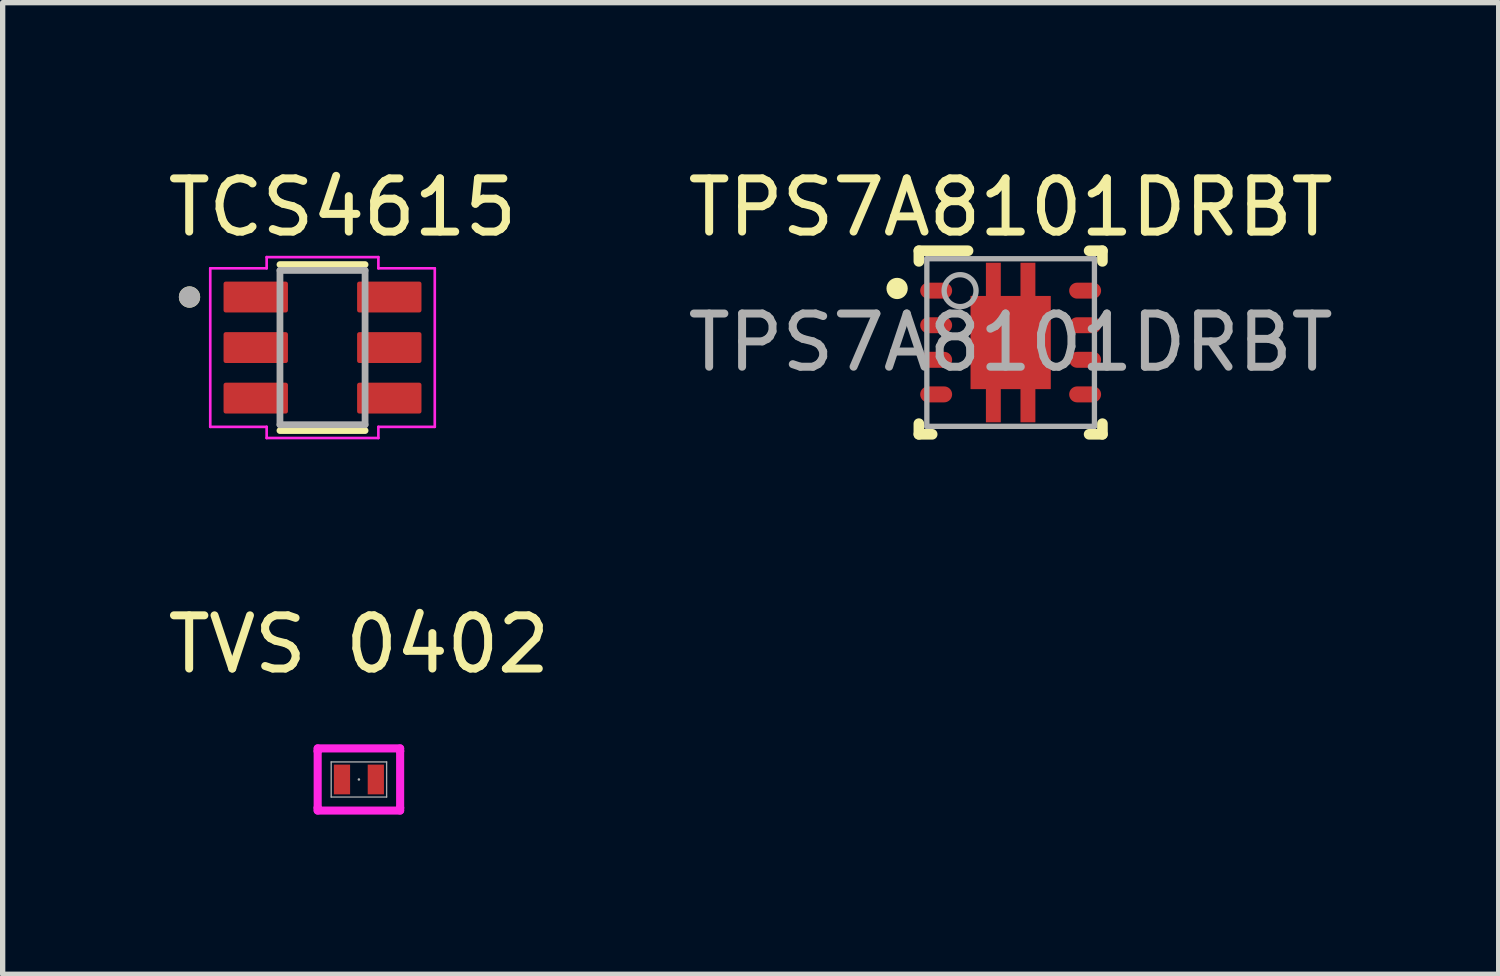
<source format=kicad_pcb>
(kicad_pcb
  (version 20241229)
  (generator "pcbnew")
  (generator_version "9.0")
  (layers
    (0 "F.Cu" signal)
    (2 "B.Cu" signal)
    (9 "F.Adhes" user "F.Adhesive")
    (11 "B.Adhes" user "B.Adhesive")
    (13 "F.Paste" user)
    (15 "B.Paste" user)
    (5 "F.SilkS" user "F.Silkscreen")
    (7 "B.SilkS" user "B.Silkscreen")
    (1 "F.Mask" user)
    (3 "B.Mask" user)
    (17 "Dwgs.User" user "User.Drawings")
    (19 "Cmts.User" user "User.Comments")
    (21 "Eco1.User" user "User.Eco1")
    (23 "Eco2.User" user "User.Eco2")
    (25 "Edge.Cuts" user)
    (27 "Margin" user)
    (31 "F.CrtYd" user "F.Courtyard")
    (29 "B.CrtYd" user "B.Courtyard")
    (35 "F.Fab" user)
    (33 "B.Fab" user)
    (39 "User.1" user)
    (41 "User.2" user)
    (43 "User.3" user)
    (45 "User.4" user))
  (footprint "TVS 0402"
    (layer "F.Cu")
    (at 3.696 11.601)
    (property "Reference" "TVS 0402" (at 0 -2.54 0) (unlocked yes) (layer "F.SilkS") (effects (font (size 1 1) (thickness 0.15))))
    (attr smd)
    (fp_line (start -0.775 -0.584) (end 0.775 -0.584) (stroke (width 0.152) (type solid)) (layer "F.CrtYd"))
    (fp_line (start -0.775 -0.533) (end -0.775 -0.584) (stroke (width 0.152) (type solid)) (layer "F.CrtYd"))
    (fp_line (start -0.775 -0.533) (end -0.775 -0.533) (stroke (width 0.152) (type solid)) (layer "F.CrtYd"))
    (fp_line (start -0.775 0.533) (end -0.775 -0.533) (stroke (width 0.152) (type solid)) (layer "F.CrtYd"))
    (fp_line (start -0.775 0.533) (end -0.775 0.533) (stroke (width 0.152) (type solid)) (layer "F.CrtYd"))
    (fp_line (start -0.775 0.584) (end -0.775 0.533) (stroke (width 0.152) (type solid)) (layer "F.CrtYd"))
    (fp_line (start 0.775 -0.584) (end 0.775 -0.533) (stroke (width 0.152) (type solid)) (layer "F.CrtYd"))
    (fp_line (start 0.775 -0.533) (end 0.775 -0.533) (stroke (width 0.152) (type solid)) (layer "F.CrtYd"))
    (fp_line (start 0.775 -0.533) (end 0.775 0.533) (stroke (width 0.152) (type solid)) (layer "F.CrtYd"))
    (fp_line (start 0.775 0.533) (end 0.775 0.533) (stroke (width 0.152) (type solid)) (layer "F.CrtYd"))
    (fp_line (start 0.775 0.533) (end 0.775 0.584) (stroke (width 0.152) (type solid)) (layer "F.CrtYd"))
    (fp_line (start 0.775 0.584) (end -0.775 0.584) (stroke (width 0.152) (type solid)) (layer "F.CrtYd"))
    (fp_line (start -0.521 -0.33) (end -0.521 0.33) (stroke (width 0.025) (type solid)) (layer "F.Fab"))
    (fp_line (start -0.521 0.33) (end 0.521 0.33) (stroke (width 0.025) (type solid)) (layer "F.Fab"))
    (fp_line (start 0.521 -0.33) (end -0.521 -0.33) (stroke (width 0.025) (type solid)) (layer "F.Fab"))
    (fp_line (start 0.521 0.33) (end 0.521 -0.33) (stroke (width 0.025) (type solid)) (layer "F.Fab"))
    (fp_circle (center 0 0) (end 0 0) (stroke (width 0.025) (type solid)) (fill no) (layer "F.Fab"))
    (pad "1" smd rect (at -0.318 0) (size 0.305 0.559) (layers "F.Cu" "F.Mask" "F.Paste"))
    (pad "2" smd rect (at 0.318 0) (size 0.305 0.559) (layers "F.Cu" "F.Mask" "F.Paste")))
  (footprint "TPS7A8101DRBT"
    (layer "F.Cu")
    (at 15.946 3.388)
    (property "Reference" "TPS7A8101DRBT" (at 0 -2.54 0) (unlocked yes) (layer "F.SilkS") (effects (font (size 1 1) (thickness 0.15))))
    (attr smd)
    (fp_poly (pts (xy -0.465 1.5) (xy -0.465 0.875) (xy -0.75 0.875) (xy -0.75 -0.875) (xy -0.465 -0.875) (xy -0.465 -1.5) (xy -0.185 -1.5) (xy -0.185 -0.875) (xy 0.185 -0.875) (xy 0.185 -1.5) (xy 0.465 -1.5) (xy 0.465 -0.875) (xy 0.75 -0.875) (xy 0.75 0.875) (xy 0.465 0.875) (xy 0.465 1.5) (xy 0.185 1.5) (xy 0.185 0.875) (xy -0.185 0.875) (xy -0.185 1.5)) (stroke (width 0) (type solid)) (fill yes) (layer "F.Cu"))
    (fp_poly (pts (xy -0.567 1.601) (xy -0.567 0.976) (xy -0.852 0.976) (xy -0.852 -0.978) (xy -0.567 -0.978) (xy -0.567 -1.603) (xy -0.083 -1.603) (xy -0.083 -0.978) (xy 0.083 -0.978) (xy 0.083 -1.603) (xy 0.567 -1.603) (xy 0.567 -0.978) (xy 0.852 -0.978) (xy 0.852 0.976) (xy 0.567 0.976) (xy 0.567 1.601) (xy 0.083 1.601) (xy 0.083 0.976) (xy -0.083 0.976) (xy -0.083 1.601)) (stroke (width 0) (type solid)) (fill yes) (layer "F.Mask"))
    (fp_line (start -1.725 1.725) (end -1.725 1.525) (stroke (width 0.2) (type solid)) (layer "F.SilkS"))
    (fp_line (start -1.725 -1.725) (end -0.8 -1.725) (stroke (width 0.2) (type solid)) (layer "F.SilkS"))
    (fp_line (start -1.725 -1.525) (end -1.725 -1.725) (stroke (width 0.2) (type solid)) (layer "F.SilkS"))
    (fp_line (start -1.725 1.725) (end -1.475 1.725) (stroke (width 0.2) (type solid)) (layer "F.SilkS"))
    (fp_line (start 1.475 -1.725) (end 1.725 -1.725) (stroke (width 0.2) (type solid)) (layer "F.SilkS"))
    (fp_line (start 1.475 1.725) (end 1.725 1.725) (stroke (width 0.2) (type solid)) (layer "F.SilkS"))
    (fp_line (start 1.725 -1.525) (end 1.725 -1.725) (stroke (width 0.2) (type solid)) (layer "F.SilkS"))
    (fp_line (start 1.725 1.725) (end 1.725 1.525) (stroke (width 0.2) (type solid)) (layer "F.SilkS"))
    (fp_circle (center -2.134 -1.016) (end -2.034 -1.016) (stroke (width 0.2) (type default)) (fill no) (layer "F.SilkS"))
    (fp_poly (pts (xy -0.691 0.792) (xy 0.692 0.792) (xy 0.692 -0.792) (xy -0.691 -0.792)) (stroke (width 0) (type solid)) (fill yes) (layer "F.Paste"))
    (fp_line (start -1.575 -1.575) (end 1.575 -1.575) (stroke (width 0.1) (type solid)) (layer "F.Fab"))
    (fp_line (start -1.575 1.575) (end -1.575 -1.575) (stroke (width 0.1) (type solid)) (layer "F.Fab"))
    (fp_line (start -1.575 1.575) (end 1.575 1.575) (stroke (width 0.1) (type solid)) (layer "F.Fab"))
    (fp_line (start 1.575 1.575) (end 1.575 -1.575) (stroke (width 0.1) (type solid)) (layer "F.Fab"))
    (fp_circle (center -0.95 -0.975) (end -0.65 -0.975) (stroke (width 0.1) (type solid)) (fill no) (layer "F.Fab"))
    (fp_text user "${REFERENCE}" (at 0 0 0) (unlocked yes) (layer "F.Fab") (effects (font (size 1 1) (thickness 0.15))))
    (pad "1" smd oval (at -1.4 -0.975 90) (size 0.3 0.6) (layers "F.Cu" "F.Mask" "F.Paste"))
    (pad "2" smd oval (at -1.4 -0.325 90) (size 0.3 0.6) (layers "F.Cu" "F.Mask" "F.Paste"))
    (pad "3" smd oval (at -1.4 0.325 90) (size 0.3 0.6) (layers "F.Cu" "F.Mask" "F.Paste"))
    (pad "4" smd oval (at -1.4 0.975 90) (size 0.3 0.6) (layers "F.Cu" "F.Mask" "F.Paste"))
    (pad "5" smd oval (at 1.4 0.975 90) (size 0.3 0.6) (layers "F.Cu" "F.Mask" "F.Paste"))
    (pad "6" smd oval (at 1.4 0.325 90) (size 0.3 0.6) (layers "F.Cu" "F.Mask" "F.Paste"))
    (pad "7" smd oval (at 1.4 -0.325 90) (size 0.3 0.6) (layers "F.Cu" "F.Mask" "F.Paste"))
    (pad "8" smd oval (at 1.4 -0.975 90) (size 0.3 0.6) (layers "F.Cu" "F.Mask" "F.Paste"))
    (pad "9" smd rect (at 0.000003 0) (size 1.5 1.75) (layers "F.Cu" "F.Mask")))
  (footprint "TCS4615"
    (layer "F.Cu")
    (at 3.012 3.483)
    (property "Reference" "TCS4615" (at 0.375 -2.635 0) (layer "F.SilkS") (effects (font (size 1 1) (thickness 0.15))))
    (attr smd)
    (fp_line (start -0.8 1.56) (end 0.8 1.56) (stroke (width 0.127) (type solid)) (layer "F.SilkS"))
    (fp_line (start 0.8 -1.56) (end -0.8 -1.56) (stroke (width 0.127) (type solid)) (layer "F.SilkS"))
    (fp_circle (center -2.5 -0.95) (end -2.4 -0.95) (stroke (width 0.2) (type solid)) (fill no) (layer "F.SilkS"))
    (fp_line (start -2.11 -1.49) (end -2.11 1.49) (stroke (width 0.05) (type solid)) (layer "F.CrtYd"))
    (fp_line (start -2.11 -1.49) (end -1.05 -1.49) (stroke (width 0.05) (type solid)) (layer "F.CrtYd"))
    (fp_line (start -2.11 1.49) (end -1.05 1.49) (stroke (width 0.05) (type solid)) (layer "F.CrtYd"))
    (fp_line (start -1.05 -1.49) (end -1.05 -1.7) (stroke (width 0.05) (type solid)) (layer "F.CrtYd"))
    (fp_line (start -1.05 1.49) (end -1.05 1.7) (stroke (width 0.05) (type solid)) (layer "F.CrtYd"))
    (fp_line (start -1.05 1.7) (end 1.05 1.7) (stroke (width 0.05) (type solid)) (layer "F.CrtYd"))
    (fp_line (start 1.05 -1.7) (end -1.05 -1.7) (stroke (width 0.05) (type solid)) (layer "F.CrtYd"))
    (fp_line (start 1.05 -1.49) (end 1.05 -1.7) (stroke (width 0.05) (type solid)) (layer "F.CrtYd"))
    (fp_line (start 1.05 1.49) (end 1.05 1.7) (stroke (width 0.05) (type solid)) (layer "F.CrtYd"))
    (fp_line (start 2.11 -1.49) (end 1.05 -1.49) (stroke (width 0.05) (type solid)) (layer "F.CrtYd"))
    (fp_line (start 2.11 1.49) (end 1.05 1.49) (stroke (width 0.05) (type solid)) (layer "F.CrtYd"))
    (fp_line (start 2.11 1.49) (end 2.11 -1.49) (stroke (width 0.05) (type solid)) (layer "F.CrtYd"))
    (fp_line (start -0.8 -1.45) (end -0.8 1.45) (stroke (width 0.127) (type solid)) (layer "F.Fab"))
    (fp_line (start -0.8 1.45) (end 0.8 1.45) (stroke (width 0.127) (type solid)) (layer "F.Fab"))
    (fp_line (start 0.8 -1.45) (end -0.8 -1.45) (stroke (width 0.127) (type solid)) (layer "F.Fab"))
    (fp_line (start 0.8 1.45) (end 0.8 -1.45) (stroke (width 0.127) (type solid)) (layer "F.Fab"))
    (fp_circle (center -2.5 -0.95) (end -2.4 -0.95) (stroke (width 0.2) (type solid)) (fill no) (layer "F.Fab"))
    (pad "1" smd roundrect (at -1.255 -0.95) (size 1.21 0.58) (layers "F.Cu" "F.Mask" "F.Paste") (roundrect_rratio 0.07))
    (pad "2" smd roundrect (at -1.255 0) (size 1.21 0.58) (layers "F.Cu" "F.Mask" "F.Paste") (roundrect_rratio 0.07))
    (pad "3" smd roundrect (at -1.255 0.95) (size 1.21 0.58) (layers "F.Cu" "F.Mask" "F.Paste") (roundrect_rratio 0.07))
    (pad "4" smd roundrect (at 1.255 0.95) (size 1.21 0.58) (layers "F.Cu" "F.Mask" "F.Paste") (roundrect_rratio 0.07))
    (pad "5" smd roundrect (at 1.255 0) (size 1.21 0.58) (layers "F.Cu" "F.Mask" "F.Paste") (roundrect_rratio 0.07))
    (pad "6" smd roundrect (at 1.255 -0.95) (size 1.21 0.58) (layers "F.Cu" "F.Mask" "F.Paste") (roundrect_rratio 0.07)))
  (gr_rect
    (start -3 -3)
    (end 25.119 15.262)
    (stroke (width 0.1) (type default))
    (fill no)
    (layer "Edge.Cuts")))
</source>
